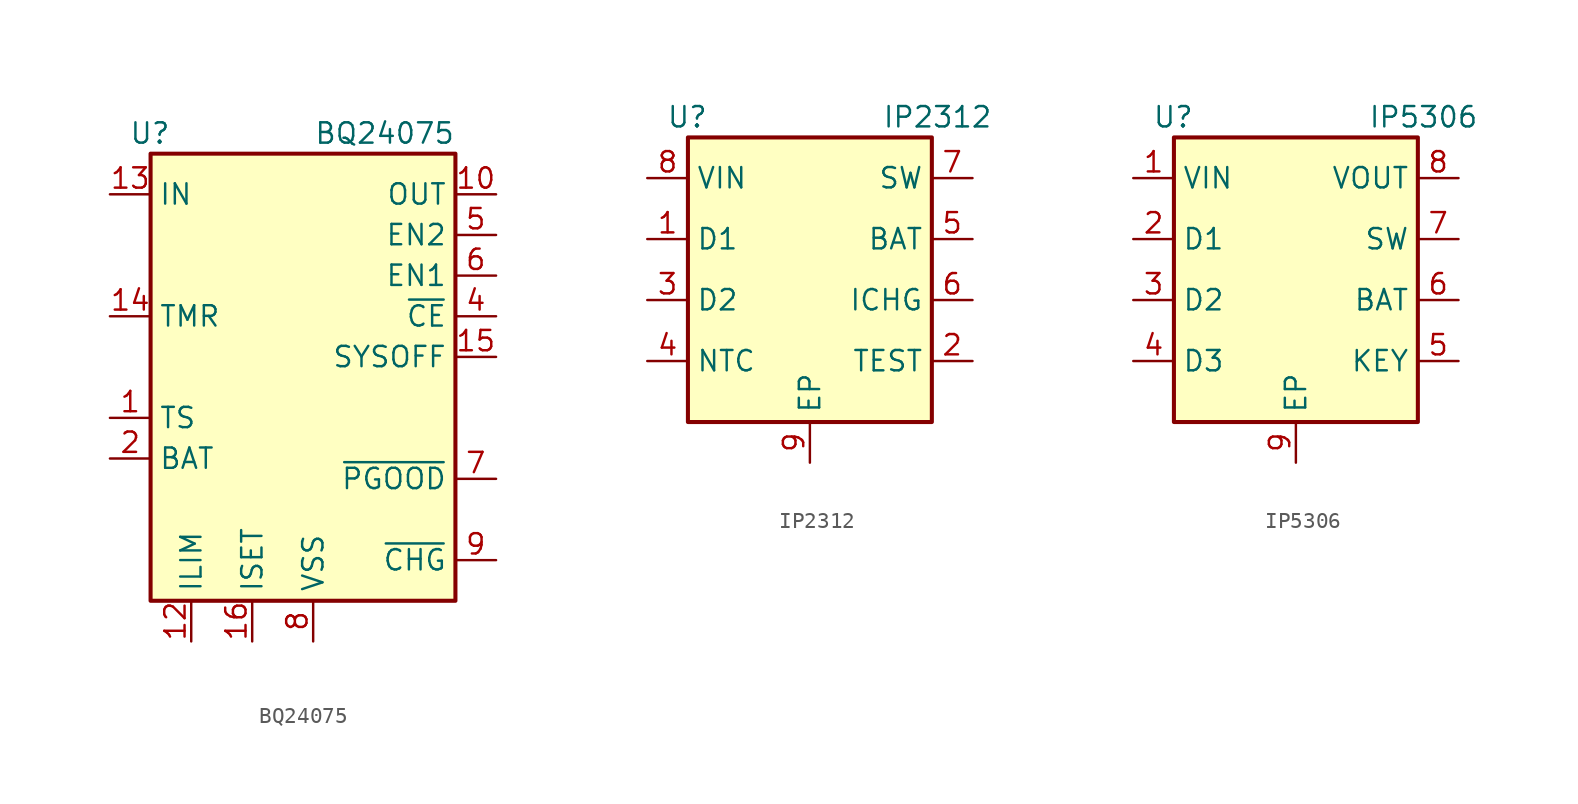
<source format=kicad_sym>
(kicad_symbol_lib
  (version 20220914)
  (generator kicad_symbol_editor)
  (symbol "BQ24075"
    (property "Reference" "U"
      (at -7.62 13.97 0)
      (effects (font (size 1.27 1.27)) (justify right)))
    (property "Value" "BQ24075"
      (at 10.16 13.97 0)
      (effects (font (size 1.27 1.27)) (justify right)))
    (symbol "BQ24075_0_1"
      (rectangle (start -8.89 12.7) (end 10.16 -15.24) (stroke (width 0.254) (type default)) (fill (type background))))
    (symbol "BQ24075_1_1"
      (pin passive line (at -11.43 -3.81 0) (length 2.54) (name "TS" (effects (font (size 1.27 1.27)))) (number "1" (effects (font (size 1.27 1.27)))))
      (pin power_out line (at 12.7 10.16 180) (length 2.54) (name "OUT" (effects (font (size 1.27 1.27)))) (number "10" (effects (font (size 1.27 1.27)))))
      (pin passive line (at 12.7 10.16 180) (length 2.54) hide (name "OUT" (effects (font (size 1.27 1.27)))) (number "11" (effects (font (size 1.27 1.27)))))
      (pin passive line (at -6.35 -17.78 90) (length 2.54) (name "ILIM" (effects (font (size 1.27 1.27)))) (number "12" (effects (font (size 1.27 1.27)))))
      (pin power_in line (at -11.43 10.16 0) (length 2.54) (name "IN" (effects (font (size 1.27 1.27)))) (number "13" (effects (font (size 1.27 1.27)))))
      (pin input line (at -11.43 2.54 0) (length 2.54) (name "TMR" (effects (font (size 1.27 1.27)))) (number "14" (effects (font (size 1.27 1.27)))))
      (pin input line (at 12.7 0 180) (length 2.54) (name "SYSOFF" (effects (font (size 1.27 1.27)))) (number "15" (effects (font (size 1.27 1.27)))))
      (pin passive line (at -2.54 -17.78 90) (length 2.54) (name "ISET" (effects (font (size 1.27 1.27)))) (number "16" (effects (font (size 1.27 1.27)))))
      (pin passive line (at 1.27 -17.78 90) (length 2.54) hide (name "VSS" (effects (font (size 1.27 1.27)))) (number "17" (effects (font (size 1.27 1.27)))))
      (pin power_out line (at -11.43 -6.35 0) (length 2.54) (name "BAT" (effects (font (size 1.27 1.27)))) (number "2" (effects (font (size 1.27 1.27)))))
      (pin passive line (at -11.43 -6.35 0) (length 2.54) hide (name "BAT" (effects (font (size 1.27 1.27)))) (number "3" (effects (font (size 1.27 1.27)))))
      (pin input line (at 12.7 2.54 180) (length 2.54) (name "~{CE}" (effects (font (size 1.27 1.27)))) (number "4" (effects (font (size 1.27 1.27)))))
      (pin input line (at 12.7 7.62 180) (length 2.54) (name "EN2" (effects (font (size 1.27 1.27)))) (number "5" (effects (font (size 1.27 1.27)))))
      (pin input line (at 12.7 5.08 180) (length 2.54) (name "EN1" (effects (font (size 1.27 1.27)))) (number "6" (effects (font (size 1.27 1.27)))))
      (pin open_collector line (at 12.7 -7.62 180) (length 2.54) (name "~{PGOOD}" (effects (font (size 1.27 1.27)))) (number "7" (effects (font (size 1.27 1.27)))))
      (pin power_in line (at 1.27 -17.78 90) (length 2.54) (name "VSS" (effects (font (size 1.27 1.27)))) (number "8" (effects (font (size 1.27 1.27)))))
      (pin open_collector line (at 12.7 -12.7 180) (length 2.54) (name "~{CHG}" (effects (font (size 1.27 1.27)))) (number "9" (effects (font (size 1.27 1.27)))))))
  (symbol "IP2312"
    (property "Reference" "U"
      (at -6.35 10.16 0)
      (effects (font (size 1.27 1.27)) (justify right)))
    (property "Value" "IP2312"
      (at 11.43 10.16 0)
      (effects (font (size 1.27 1.27)) (justify right)))
    (symbol "IP2312_0_1"
      (rectangle (start -7.62 8.89) (end 7.62 -8.89) (stroke (width 0.254) (type default)) (fill (type background))))
    (symbol "IP2312_1_1"
      (pin passive line (at -10.16 2.54 0) (length 2.54) (name "D1" (effects (font (size 1.27 1.27)))) (number "1" (effects (font (size 1.27 1.27)))))
      (pin passive line (at 10.16 -5.08 180) (length 2.54) (name "TEST" (effects (font (size 1.27 1.27)))) (number "2" (effects (font (size 1.27 1.27)))))
      (pin passive line (at -10.16 -1.27 0) (length 2.54) (name "D2" (effects (font (size 1.27 1.27)))) (number "3" (effects (font (size 1.27 1.27)))))
      (pin passive line (at -10.16 -5.08 0) (length 2.54) (name "NTC" (effects (font (size 1.27 1.27)))) (number "4" (effects (font (size 1.27 1.27)))))
      (pin passive line (at 10.16 2.54 180) (length 2.54) (name "BAT" (effects (font (size 1.27 1.27)))) (number "5" (effects (font (size 1.27 1.27)))))
      (pin passive line (at 10.16 -1.27 180) (length 2.54) (name "ICHG" (effects (font (size 1.27 1.27)))) (number "6" (effects (font (size 1.27 1.27)))))
      (pin passive line (at 10.16 6.35 180) (length 2.54) (name "SW" (effects (font (size 1.27 1.27)))) (number "7" (effects (font (size 1.27 1.27)))))
      (pin passive line (at -10.16 6.35 0) (length 2.54) (name "VIN" (effects (font (size 1.27 1.27)))) (number "8" (effects (font (size 1.27 1.27)))))
      (pin passive line (at 0 -11.43 90) (length 2.54) (name "EP" (effects (font (size 1.27 1.27)))) (number "9" (effects (font (size 1.27 1.27)))))))
  (symbol "IP5306"
    (property "Reference" "U"
      (at -6.35 10.16 0)
      (effects (font (size 1.27 1.27)) (justify right)))
    (property "Value" "IP5306"
      (at 11.43 10.16 0)
      (effects (font (size 1.27 1.27)) (justify right)))
    (symbol "IP5306_0_1"
      (rectangle (start -7.62 8.89) (end 7.62 -8.89) (stroke (width 0.254) (type default)) (fill (type background))))
    (symbol "IP5306_1_1"
      (pin passive line (at -10.16 6.35 0) (length 2.54) (name "VIN" (effects (font (size 1.27 1.27)))) (number "1" (effects (font (size 1.27 1.27)))))
      (pin passive line (at -10.16 2.54 0) (length 2.54) (name "D1" (effects (font (size 1.27 1.27)))) (number "2" (effects (font (size 1.27 1.27)))))
      (pin passive line (at -10.16 -1.27 0) (length 2.54) (name "D2" (effects (font (size 1.27 1.27)))) (number "3" (effects (font (size 1.27 1.27)))))
      (pin passive line (at -10.16 -5.08 0) (length 2.54) (name "D3" (effects (font (size 1.27 1.27)))) (number "4" (effects (font (size 1.27 1.27)))))
      (pin passive line (at 10.16 -5.08 180) (length 2.54) (name "KEY" (effects (font (size 1.27 1.27)))) (number "5" (effects (font (size 1.27 1.27)))))
      (pin passive line (at 10.16 -1.27 180) (length 2.54) (name "BAT" (effects (font (size 1.27 1.27)))) (number "6" (effects (font (size 1.27 1.27)))))
      (pin passive line (at 10.16 2.54 180) (length 2.54) (name "SW" (effects (font (size 1.27 1.27)))) (number "7" (effects (font (size 1.27 1.27)))))
      (pin passive line (at 10.16 6.35 180) (length 2.54) (name "VOUT" (effects (font (size 1.27 1.27)))) (number "8" (effects (font (size 1.27 1.27)))))
      (pin passive line (at 0 -11.43 90) (length 2.54) (name "EP" (effects (font (size 1.27 1.27)))) (number "9" (effects (font (size 1.27 1.27))))))))
</source>
